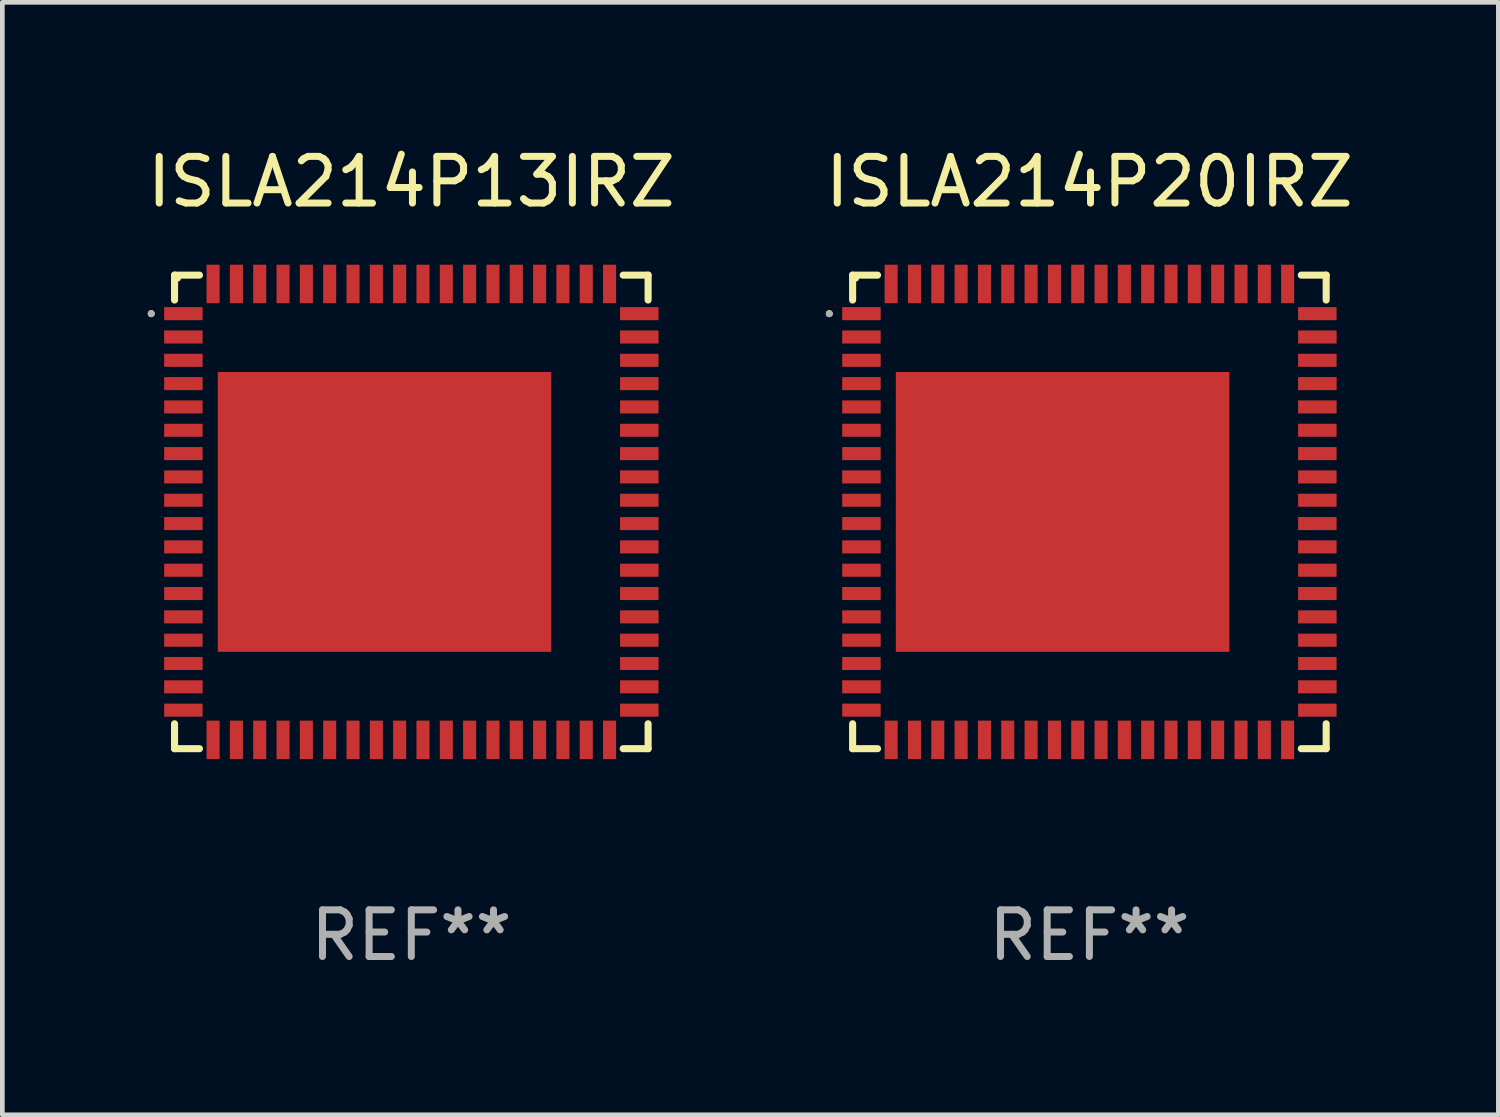
<source format=kicad_pcb>
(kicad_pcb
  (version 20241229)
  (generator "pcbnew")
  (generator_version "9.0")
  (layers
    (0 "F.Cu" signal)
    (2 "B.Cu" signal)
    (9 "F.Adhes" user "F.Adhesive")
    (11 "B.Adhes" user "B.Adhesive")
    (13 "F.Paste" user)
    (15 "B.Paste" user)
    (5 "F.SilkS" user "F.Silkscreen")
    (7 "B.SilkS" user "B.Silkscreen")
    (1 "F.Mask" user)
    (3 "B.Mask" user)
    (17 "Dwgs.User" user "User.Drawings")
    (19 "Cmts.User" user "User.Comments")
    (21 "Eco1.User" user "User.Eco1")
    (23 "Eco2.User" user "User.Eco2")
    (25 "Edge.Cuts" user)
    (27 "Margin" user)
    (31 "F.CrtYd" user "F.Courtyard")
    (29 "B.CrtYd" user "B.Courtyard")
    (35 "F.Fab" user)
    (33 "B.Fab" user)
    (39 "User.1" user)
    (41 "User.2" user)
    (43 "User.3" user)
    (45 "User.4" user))
  (footprint "ISLA214P20IRZ"
    (layer "F.Cu")
    (at 20.304 7.924)
    (property "Reference" "ISLA214P20IRZ" (at 0 -7.076 0) (layer "F.SilkS") (effects (font (size 1 1) (thickness 0.15))))
    (attr through_hole)
    (fp_line (start -5.076 -5.076) (end -4.542 -5.076) (stroke (width 0.152) (type solid)) (layer "F.SilkS"))
    (fp_line (start -5.076 -4.542) (end -5.076 -5.076) (stroke (width 0.152) (type solid)) (layer "F.SilkS"))
    (fp_line (start -5.076 4.542) (end -5.076 5.076) (stroke (width 0.152) (type solid)) (layer "F.SilkS"))
    (fp_line (start -5.076 5.076) (end -4.542 5.076) (stroke (width 0.152) (type solid)) (layer "F.SilkS"))
    (fp_line (start 5.076 -5.076) (end 4.542 -5.076) (stroke (width 0.152) (type solid)) (layer "F.SilkS"))
    (fp_line (start 5.076 -4.542) (end 5.076 -5.076) (stroke (width 0.152) (type solid)) (layer "F.SilkS"))
    (fp_line (start 5.076 4.542) (end 5.076 5.076) (stroke (width 0.152) (type solid)) (layer "F.SilkS"))
    (fp_line (start 5.076 5.076) (end 4.542 5.076) (stroke (width 0.152) (type solid)) (layer "F.SilkS"))
    (fp_circle (center -5.576 -4.25) (end -5.538 -4.25) (stroke (width 0.075) (type solid)) (fill no) (layer "F.SilkS"))
    (fp_circle (center -5 -5) (end -4.97 -5) (stroke (width 0.06) (type solid)) (fill no) (layer "F.SilkS"))
    (fp_circle (center -5.576 -4.25) (end -5.538 -4.25) (stroke (width 0.075) (type solid)) (fill no) (layer "F.Fab"))
    (fp_text user "REF**" (at 0 9.076 0) (layer "F.Fab") (effects (font (size 1 1) (thickness 0.15))))
    (pad "1" smd rect (at -4.887 -4.25) (size 0.825 0.28) (layers "F.Cu" "F.Mask" "F.Paste"))
    (pad "2" smd rect (at -4.887 -3.75) (size 0.825 0.28) (layers "F.Cu" "F.Mask" "F.Paste"))
    (pad "3" smd rect (at -4.887 -3.25) (size 0.825 0.28) (layers "F.Cu" "F.Mask" "F.Paste"))
    (pad "4" smd rect (at -4.887 -2.75) (size 0.825 0.28) (layers "F.Cu" "F.Mask" "F.Paste"))
    (pad "5" smd rect (at -4.887 -2.25) (size 0.825 0.28) (layers "F.Cu" "F.Mask" "F.Paste"))
    (pad "6" smd rect (at -4.887 -1.75) (size 0.825 0.28) (layers "F.Cu" "F.Mask" "F.Paste"))
    (pad "7" smd rect (at -4.887 -1.25) (size 0.825 0.28) (layers "F.Cu" "F.Mask" "F.Paste"))
    (pad "8" smd rect (at -4.887 -0.75) (size 0.825 0.28) (layers "F.Cu" "F.Mask" "F.Paste"))
    (pad "9" smd rect (at -4.887 -0.25) (size 0.825 0.28) (layers "F.Cu" "F.Mask" "F.Paste"))
    (pad "10" smd rect (at -4.887 0.25) (size 0.825 0.28) (layers "F.Cu" "F.Mask" "F.Paste"))
    (pad "11" smd rect (at -4.887 0.75) (size 0.825 0.28) (layers "F.Cu" "F.Mask" "F.Paste"))
    (pad "12" smd rect (at -4.887 1.25) (size 0.825 0.28) (layers "F.Cu" "F.Mask" "F.Paste"))
    (pad "13" smd rect (at -4.887 1.75) (size 0.825 0.28) (layers "F.Cu" "F.Mask" "F.Paste"))
    (pad "14" smd rect (at -4.887 2.25) (size 0.825 0.28) (layers "F.Cu" "F.Mask" "F.Paste"))
    (pad "15" smd rect (at -4.887 2.75) (size 0.825 0.28) (layers "F.Cu" "F.Mask" "F.Paste"))
    (pad "16" smd rect (at -4.887 3.25) (size 0.825 0.28) (layers "F.Cu" "F.Mask" "F.Paste"))
    (pad "17" smd rect (at -4.887 3.75) (size 0.825 0.28) (layers "F.Cu" "F.Mask" "F.Paste"))
    (pad "18" smd rect (at -4.887 4.25) (size 0.825 0.28) (layers "F.Cu" "F.Mask" "F.Paste"))
    (pad "19" smd rect (at -4.25 4.887) (size 0.28 0.825) (layers "F.Cu" "F.Mask" "F.Paste"))
    (pad "20" smd rect (at -3.75 4.887) (size 0.28 0.825) (layers "F.Cu" "F.Mask" "F.Paste"))
    (pad "21" smd rect (at -3.25 4.887) (size 0.28 0.825) (layers "F.Cu" "F.Mask" "F.Paste"))
    (pad "22" smd rect (at -2.75 4.887) (size 0.28 0.825) (layers "F.Cu" "F.Mask" "F.Paste"))
    (pad "23" smd rect (at -2.25 4.887) (size 0.28 0.825) (layers "F.Cu" "F.Mask" "F.Paste"))
    (pad "24" smd rect (at -1.75 4.887) (size 0.28 0.825) (layers "F.Cu" "F.Mask" "F.Paste"))
    (pad "25" smd rect (at -1.25 4.887) (size 0.28 0.825) (layers "F.Cu" "F.Mask" "F.Paste"))
    (pad "26" smd rect (at -0.75 4.887) (size 0.28 0.825) (layers "F.Cu" "F.Mask" "F.Paste"))
    (pad "27" smd rect (at -0.25 4.887) (size 0.28 0.825) (layers "F.Cu" "F.Mask" "F.Paste"))
    (pad "28" smd rect (at 0.25 4.887) (size 0.28 0.825) (layers "F.Cu" "F.Mask" "F.Paste"))
    (pad "29" smd rect (at 0.75 4.887) (size 0.28 0.825) (layers "F.Cu" "F.Mask" "F.Paste"))
    (pad "30" smd rect (at 1.25 4.887) (size 0.28 0.825) (layers "F.Cu" "F.Mask" "F.Paste"))
    (pad "31" smd rect (at 1.75 4.887) (size 0.28 0.825) (layers "F.Cu" "F.Mask" "F.Paste"))
    (pad "32" smd rect (at 2.25 4.887) (size 0.28 0.825) (layers "F.Cu" "F.Mask" "F.Paste"))
    (pad "33" smd rect (at 2.75 4.887) (size 0.28 0.825) (layers "F.Cu" "F.Mask" "F.Paste"))
    (pad "34" smd rect (at 3.25 4.887) (size 0.28 0.825) (layers "F.Cu" "F.Mask" "F.Paste"))
    (pad "35" smd rect (at 3.75 4.887) (size 0.28 0.825) (layers "F.Cu" "F.Mask" "F.Paste"))
    (pad "36" smd rect (at 4.25 4.887) (size 0.28 0.825) (layers "F.Cu" "F.Mask" "F.Paste"))
    (pad "37" smd rect (at 4.887 4.25) (size 0.825 0.28) (layers "F.Cu" "F.Mask" "F.Paste"))
    (pad "38" smd rect (at 4.887 3.75) (size 0.825 0.28) (layers "F.Cu" "F.Mask" "F.Paste"))
    (pad "39" smd rect (at 4.887 3.25) (size 0.825 0.28) (layers "F.Cu" "F.Mask" "F.Paste"))
    (pad "40" smd rect (at 4.887 2.75) (size 0.825 0.28) (layers "F.Cu" "F.Mask" "F.Paste"))
    (pad "41" smd rect (at 4.887 2.25) (size 0.825 0.28) (layers "F.Cu" "F.Mask" "F.Paste"))
    (pad "42" smd rect (at 4.887 1.75) (size 0.825 0.28) (layers "F.Cu" "F.Mask" "F.Paste"))
    (pad "43" smd rect (at 4.887 1.25) (size 0.825 0.28) (layers "F.Cu" "F.Mask" "F.Paste"))
    (pad "44" smd rect (at 4.887 0.75) (size 0.825 0.28) (layers "F.Cu" "F.Mask" "F.Paste"))
    (pad "45" smd rect (at 4.887 0.25) (size 0.825 0.28) (layers "F.Cu" "F.Mask" "F.Paste"))
    (pad "46" smd rect (at 4.887 -0.25) (size 0.825 0.28) (layers "F.Cu" "F.Mask" "F.Paste"))
    (pad "47" smd rect (at 4.887 -0.75) (size 0.825 0.28) (layers "F.Cu" "F.Mask" "F.Paste"))
    (pad "48" smd rect (at 4.887 -1.25) (size 0.825 0.28) (layers "F.Cu" "F.Mask" "F.Paste"))
    (pad "49" smd rect (at 4.887 -1.75) (size 0.825 0.28) (layers "F.Cu" "F.Mask" "F.Paste"))
    (pad "50" smd rect (at 4.887 -2.25) (size 0.825 0.28) (layers "F.Cu" "F.Mask" "F.Paste"))
    (pad "51" smd rect (at 4.887 -2.75) (size 0.825 0.28) (layers "F.Cu" "F.Mask" "F.Paste"))
    (pad "52" smd rect (at 4.887 -3.25) (size 0.825 0.28) (layers "F.Cu" "F.Mask" "F.Paste"))
    (pad "53" smd rect (at 4.887 -3.75) (size 0.825 0.28) (layers "F.Cu" "F.Mask" "F.Paste"))
    (pad "54" smd rect (at 4.887 -4.25) (size 0.825 0.28) (layers "F.Cu" "F.Mask" "F.Paste"))
    (pad "55" smd rect (at 4.25 -4.887) (size 0.28 0.825) (layers "F.Cu" "F.Mask" "F.Paste"))
    (pad "56" smd rect (at 3.75 -4.887) (size 0.28 0.825) (layers "F.Cu" "F.Mask" "F.Paste"))
    (pad "57" smd rect (at 3.25 -4.887) (size 0.28 0.825) (layers "F.Cu" "F.Mask" "F.Paste"))
    (pad "58" smd rect (at 2.75 -4.887) (size 0.28 0.825) (layers "F.Cu" "F.Mask" "F.Paste"))
    (pad "59" smd rect (at 2.25 -4.887) (size 0.28 0.825) (layers "F.Cu" "F.Mask" "F.Paste"))
    (pad "60" smd rect (at 1.75 -4.887) (size 0.28 0.825) (layers "F.Cu" "F.Mask" "F.Paste"))
    (pad "61" smd rect (at 1.25 -4.887) (size 0.28 0.825) (layers "F.Cu" "F.Mask" "F.Paste"))
    (pad "62" smd rect (at 0.75 -4.887) (size 0.28 0.825) (layers "F.Cu" "F.Mask" "F.Paste"))
    (pad "63" smd rect (at 0.25 -4.887) (size 0.28 0.825) (layers "F.Cu" "F.Mask" "F.Paste"))
    (pad "64" smd rect (at -0.25 -4.887) (size 0.28 0.825) (layers "F.Cu" "F.Mask" "F.Paste"))
    (pad "65" smd rect (at -0.75 -4.887) (size 0.28 0.825) (layers "F.Cu" "F.Mask" "F.Paste"))
    (pad "66" smd rect (at -1.25 -4.887) (size 0.28 0.825) (layers "F.Cu" "F.Mask" "F.Paste"))
    (pad "67" smd rect (at -1.75 -4.887) (size 0.28 0.825) (layers "F.Cu" "F.Mask" "F.Paste"))
    (pad "68" smd rect (at -2.25 -4.887) (size 0.28 0.825) (layers "F.Cu" "F.Mask" "F.Paste"))
    (pad "69" smd rect (at -2.75 -4.887) (size 0.28 0.825) (layers "F.Cu" "F.Mask" "F.Paste"))
    (pad "70" smd rect (at -3.25 -4.887) (size 0.28 0.825) (layers "F.Cu" "F.Mask" "F.Paste"))
    (pad "71" smd rect (at -3.75 -4.887) (size 0.28 0.825) (layers "F.Cu" "F.Mask" "F.Paste"))
    (pad "72" smd rect (at -4.25 -4.887) (size 0.28 0.825) (layers "F.Cu" "F.Mask" "F.Paste"))
    (pad "73" smd rect (at -0.575 0) (size 7.15 6) (layers "F.Cu" "F.Mask" "F.Paste")))
  (footprint "ISLA214P13IRZ"
    (layer "F.Cu")
    (at 5.768 7.924)
    (property "Reference" "ISLA214P13IRZ" (at 0 -7.076 0) (layer "F.SilkS") (effects (font (size 1 1) (thickness 0.15))))
    (attr through_hole)
    (fp_line (start -5.076 -5.076) (end -4.542 -5.076) (stroke (width 0.152) (type solid)) (layer "F.SilkS"))
    (fp_line (start -5.076 -4.542) (end -5.076 -5.076) (stroke (width 0.152) (type solid)) (layer "F.SilkS"))
    (fp_line (start -5.076 4.542) (end -5.076 5.076) (stroke (width 0.152) (type solid)) (layer "F.SilkS"))
    (fp_line (start -5.076 5.076) (end -4.542 5.076) (stroke (width 0.152) (type solid)) (layer "F.SilkS"))
    (fp_line (start 5.076 -5.076) (end 4.542 -5.076) (stroke (width 0.152) (type solid)) (layer "F.SilkS"))
    (fp_line (start 5.076 -4.542) (end 5.076 -5.076) (stroke (width 0.152) (type solid)) (layer "F.SilkS"))
    (fp_line (start 5.076 4.542) (end 5.076 5.076) (stroke (width 0.152) (type solid)) (layer "F.SilkS"))
    (fp_line (start 5.076 5.076) (end 4.542 5.076) (stroke (width 0.152) (type solid)) (layer "F.SilkS"))
    (fp_circle (center -5.576 -4.25) (end -5.538 -4.25) (stroke (width 0.075) (type solid)) (fill no) (layer "F.SilkS"))
    (fp_circle (center -5 -5) (end -4.97 -5) (stroke (width 0.06) (type solid)) (fill no) (layer "F.SilkS"))
    (fp_circle (center -5.576 -4.25) (end -5.538 -4.25) (stroke (width 0.075) (type solid)) (fill no) (layer "F.Fab"))
    (fp_text user "REF**" (at 0 9.076 0) (layer "F.Fab") (effects (font (size 1 1) (thickness 0.15))))
    (pad "1" smd rect (at -4.887 -4.25) (size 0.825 0.28) (layers "F.Cu" "F.Mask" "F.Paste"))
    (pad "2" smd rect (at -4.887 -3.75) (size 0.825 0.28) (layers "F.Cu" "F.Mask" "F.Paste"))
    (pad "3" smd rect (at -4.887 -3.25) (size 0.825 0.28) (layers "F.Cu" "F.Mask" "F.Paste"))
    (pad "4" smd rect (at -4.887 -2.75) (size 0.825 0.28) (layers "F.Cu" "F.Mask" "F.Paste"))
    (pad "5" smd rect (at -4.887 -2.25) (size 0.825 0.28) (layers "F.Cu" "F.Mask" "F.Paste"))
    (pad "6" smd rect (at -4.887 -1.75) (size 0.825 0.28) (layers "F.Cu" "F.Mask" "F.Paste"))
    (pad "7" smd rect (at -4.887 -1.25) (size 0.825 0.28) (layers "F.Cu" "F.Mask" "F.Paste"))
    (pad "8" smd rect (at -4.887 -0.75) (size 0.825 0.28) (layers "F.Cu" "F.Mask" "F.Paste"))
    (pad "9" smd rect (at -4.887 -0.25) (size 0.825 0.28) (layers "F.Cu" "F.Mask" "F.Paste"))
    (pad "10" smd rect (at -4.887 0.25) (size 0.825 0.28) (layers "F.Cu" "F.Mask" "F.Paste"))
    (pad "11" smd rect (at -4.887 0.75) (size 0.825 0.28) (layers "F.Cu" "F.Mask" "F.Paste"))
    (pad "12" smd rect (at -4.887 1.25) (size 0.825 0.28) (layers "F.Cu" "F.Mask" "F.Paste"))
    (pad "13" smd rect (at -4.887 1.75) (size 0.825 0.28) (layers "F.Cu" "F.Mask" "F.Paste"))
    (pad "14" smd rect (at -4.887 2.25) (size 0.825 0.28) (layers "F.Cu" "F.Mask" "F.Paste"))
    (pad "15" smd rect (at -4.887 2.75) (size 0.825 0.28) (layers "F.Cu" "F.Mask" "F.Paste"))
    (pad "16" smd rect (at -4.887 3.25) (size 0.825 0.28) (layers "F.Cu" "F.Mask" "F.Paste"))
    (pad "17" smd rect (at -4.887 3.75) (size 0.825 0.28) (layers "F.Cu" "F.Mask" "F.Paste"))
    (pad "18" smd rect (at -4.887 4.25) (size 0.825 0.28) (layers "F.Cu" "F.Mask" "F.Paste"))
    (pad "19" smd rect (at -4.25 4.887) (size 0.28 0.825) (layers "F.Cu" "F.Mask" "F.Paste"))
    (pad "20" smd rect (at -3.75 4.887) (size 0.28 0.825) (layers "F.Cu" "F.Mask" "F.Paste"))
    (pad "21" smd rect (at -3.25 4.887) (size 0.28 0.825) (layers "F.Cu" "F.Mask" "F.Paste"))
    (pad "22" smd rect (at -2.75 4.887) (size 0.28 0.825) (layers "F.Cu" "F.Mask" "F.Paste"))
    (pad "23" smd rect (at -2.25 4.887) (size 0.28 0.825) (layers "F.Cu" "F.Mask" "F.Paste"))
    (pad "24" smd rect (at -1.75 4.887) (size 0.28 0.825) (layers "F.Cu" "F.Mask" "F.Paste"))
    (pad "25" smd rect (at -1.25 4.887) (size 0.28 0.825) (layers "F.Cu" "F.Mask" "F.Paste"))
    (pad "26" smd rect (at -0.75 4.887) (size 0.28 0.825) (layers "F.Cu" "F.Mask" "F.Paste"))
    (pad "27" smd rect (at -0.25 4.887) (size 0.28 0.825) (layers "F.Cu" "F.Mask" "F.Paste"))
    (pad "28" smd rect (at 0.25 4.887) (size 0.28 0.825) (layers "F.Cu" "F.Mask" "F.Paste"))
    (pad "29" smd rect (at 0.75 4.887) (size 0.28 0.825) (layers "F.Cu" "F.Mask" "F.Paste"))
    (pad "30" smd rect (at 1.25 4.887) (size 0.28 0.825) (layers "F.Cu" "F.Mask" "F.Paste"))
    (pad "31" smd rect (at 1.75 4.887) (size 0.28 0.825) (layers "F.Cu" "F.Mask" "F.Paste"))
    (pad "32" smd rect (at 2.25 4.887) (size 0.28 0.825) (layers "F.Cu" "F.Mask" "F.Paste"))
    (pad "33" smd rect (at 2.75 4.887) (size 0.28 0.825) (layers "F.Cu" "F.Mask" "F.Paste"))
    (pad "34" smd rect (at 3.25 4.887) (size 0.28 0.825) (layers "F.Cu" "F.Mask" "F.Paste"))
    (pad "35" smd rect (at 3.75 4.887) (size 0.28 0.825) (layers "F.Cu" "F.Mask" "F.Paste"))
    (pad "36" smd rect (at 4.25 4.887) (size 0.28 0.825) (layers "F.Cu" "F.Mask" "F.Paste"))
    (pad "37" smd rect (at 4.887 4.25) (size 0.825 0.28) (layers "F.Cu" "F.Mask" "F.Paste"))
    (pad "38" smd rect (at 4.887 3.75) (size 0.825 0.28) (layers "F.Cu" "F.Mask" "F.Paste"))
    (pad "39" smd rect (at 4.887 3.25) (size 0.825 0.28) (layers "F.Cu" "F.Mask" "F.Paste"))
    (pad "40" smd rect (at 4.887 2.75) (size 0.825 0.28) (layers "F.Cu" "F.Mask" "F.Paste"))
    (pad "41" smd rect (at 4.887 2.25) (size 0.825 0.28) (layers "F.Cu" "F.Mask" "F.Paste"))
    (pad "42" smd rect (at 4.887 1.75) (size 0.825 0.28) (layers "F.Cu" "F.Mask" "F.Paste"))
    (pad "43" smd rect (at 4.887 1.25) (size 0.825 0.28) (layers "F.Cu" "F.Mask" "F.Paste"))
    (pad "44" smd rect (at 4.887 0.75) (size 0.825 0.28) (layers "F.Cu" "F.Mask" "F.Paste"))
    (pad "45" smd rect (at 4.887 0.25) (size 0.825 0.28) (layers "F.Cu" "F.Mask" "F.Paste"))
    (pad "46" smd rect (at 4.887 -0.25) (size 0.825 0.28) (layers "F.Cu" "F.Mask" "F.Paste"))
    (pad "47" smd rect (at 4.887 -0.75) (size 0.825 0.28) (layers "F.Cu" "F.Mask" "F.Paste"))
    (pad "48" smd rect (at 4.887 -1.25) (size 0.825 0.28) (layers "F.Cu" "F.Mask" "F.Paste"))
    (pad "49" smd rect (at 4.887 -1.75) (size 0.825 0.28) (layers "F.Cu" "F.Mask" "F.Paste"))
    (pad "50" smd rect (at 4.887 -2.25) (size 0.825 0.28) (layers "F.Cu" "F.Mask" "F.Paste"))
    (pad "51" smd rect (at 4.887 -2.75) (size 0.825 0.28) (layers "F.Cu" "F.Mask" "F.Paste"))
    (pad "52" smd rect (at 4.887 -3.25) (size 0.825 0.28) (layers "F.Cu" "F.Mask" "F.Paste"))
    (pad "53" smd rect (at 4.887 -3.75) (size 0.825 0.28) (layers "F.Cu" "F.Mask" "F.Paste"))
    (pad "54" smd rect (at 4.887 -4.25) (size 0.825 0.28) (layers "F.Cu" "F.Mask" "F.Paste"))
    (pad "55" smd rect (at 4.25 -4.887) (size 0.28 0.825) (layers "F.Cu" "F.Mask" "F.Paste"))
    (pad "56" smd rect (at 3.75 -4.887) (size 0.28 0.825) (layers "F.Cu" "F.Mask" "F.Paste"))
    (pad "57" smd rect (at 3.25 -4.887) (size 0.28 0.825) (layers "F.Cu" "F.Mask" "F.Paste"))
    (pad "58" smd rect (at 2.75 -4.887) (size 0.28 0.825) (layers "F.Cu" "F.Mask" "F.Paste"))
    (pad "59" smd rect (at 2.25 -4.887) (size 0.28 0.825) (layers "F.Cu" "F.Mask" "F.Paste"))
    (pad "60" smd rect (at 1.75 -4.887) (size 0.28 0.825) (layers "F.Cu" "F.Mask" "F.Paste"))
    (pad "61" smd rect (at 1.25 -4.887) (size 0.28 0.825) (layers "F.Cu" "F.Mask" "F.Paste"))
    (pad "62" smd rect (at 0.75 -4.887) (size 0.28 0.825) (layers "F.Cu" "F.Mask" "F.Paste"))
    (pad "63" smd rect (at 0.25 -4.887) (size 0.28 0.825) (layers "F.Cu" "F.Mask" "F.Paste"))
    (pad "64" smd rect (at -0.25 -4.887) (size 0.28 0.825) (layers "F.Cu" "F.Mask" "F.Paste"))
    (pad "65" smd rect (at -0.75 -4.887) (size 0.28 0.825) (layers "F.Cu" "F.Mask" "F.Paste"))
    (pad "66" smd rect (at -1.25 -4.887) (size 0.28 0.825) (layers "F.Cu" "F.Mask" "F.Paste"))
    (pad "67" smd rect (at -1.75 -4.887) (size 0.28 0.825) (layers "F.Cu" "F.Mask" "F.Paste"))
    (pad "68" smd rect (at -2.25 -4.887) (size 0.28 0.825) (layers "F.Cu" "F.Mask" "F.Paste"))
    (pad "69" smd rect (at -2.75 -4.887) (size 0.28 0.825) (layers "F.Cu" "F.Mask" "F.Paste"))
    (pad "70" smd rect (at -3.25 -4.887) (size 0.28 0.825) (layers "F.Cu" "F.Mask" "F.Paste"))
    (pad "71" smd rect (at -3.75 -4.887) (size 0.28 0.825) (layers "F.Cu" "F.Mask" "F.Paste"))
    (pad "72" smd rect (at -4.25 -4.887) (size 0.28 0.825) (layers "F.Cu" "F.Mask" "F.Paste"))
    (pad "73" smd rect (at -0.575 0) (size 7.15 6) (layers "F.Cu" "F.Mask" "F.Paste")))
  (gr_rect
    (start -3 -3)
    (end 29.071 20.849)
    (stroke (width 0.1) (type default))
    (fill no)
    (layer "Edge.Cuts")))
</source>
